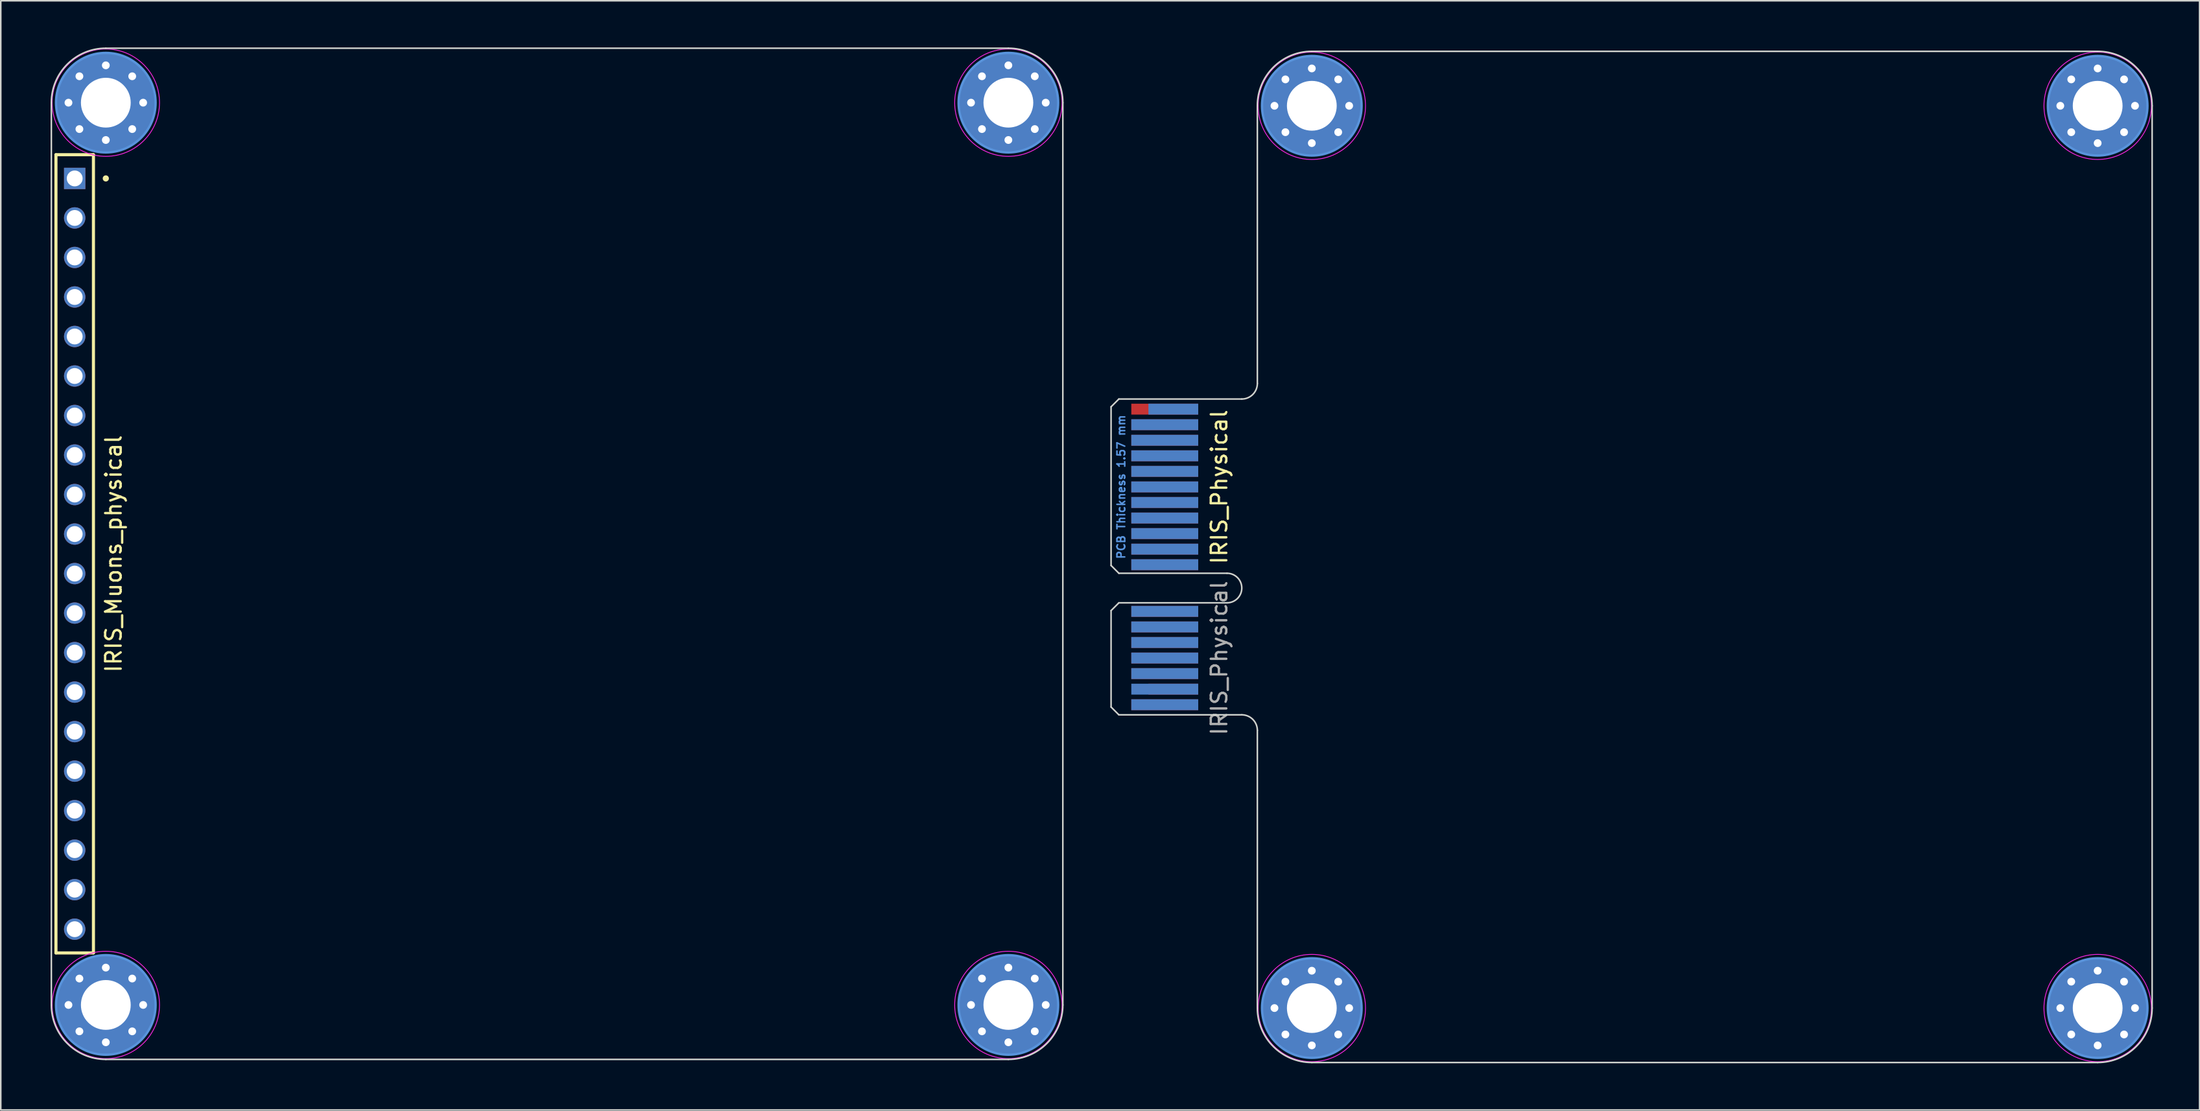
<source format=kicad_pcb>
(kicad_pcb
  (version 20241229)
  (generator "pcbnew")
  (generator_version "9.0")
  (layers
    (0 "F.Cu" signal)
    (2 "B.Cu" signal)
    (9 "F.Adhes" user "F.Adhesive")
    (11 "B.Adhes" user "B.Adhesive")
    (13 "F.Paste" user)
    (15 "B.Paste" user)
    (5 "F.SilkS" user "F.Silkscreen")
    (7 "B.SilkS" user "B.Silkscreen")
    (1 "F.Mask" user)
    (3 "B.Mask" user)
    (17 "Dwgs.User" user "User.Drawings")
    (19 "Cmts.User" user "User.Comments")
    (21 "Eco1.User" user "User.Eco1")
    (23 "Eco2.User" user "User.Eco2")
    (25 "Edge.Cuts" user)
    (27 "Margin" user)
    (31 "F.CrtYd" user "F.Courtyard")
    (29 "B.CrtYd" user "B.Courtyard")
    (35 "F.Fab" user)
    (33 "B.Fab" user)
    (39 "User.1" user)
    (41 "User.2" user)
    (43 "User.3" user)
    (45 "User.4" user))
  (footprint "IRIS_Muons_physical"
    (layer "F.Cu")
    (at 0.25 32.55)
    (property "Reference" "IRIS_Muons_physical" (at 4 0 90) (layer "F.SilkS") (effects (font (size 1 1) (thickness 0.15))))
    (attr exclude_from_pos_files exclude_from_bom)
    (fp_line (start 0.295 -25.655) (end 2.705 -25.655) (stroke (width 0.2) (type solid)) (layer "F.SilkS"))
    (fp_line (start 0.295 25.655) (end 0.295 -25.655) (stroke (width 0.2) (type solid)) (layer "F.SilkS"))
    (fp_line (start 2.705 25.655) (end 0.295 25.655) (stroke (width 0.2) (type solid)) (layer "F.SilkS"))
    (fp_line (start 2.705 25.655) (end 2.705 -25.655) (stroke (width 0.2) (type solid)) (layer "F.SilkS"))
    (fp_circle (center 3.5 -24.13) (end 3.5 -24.03) (stroke (width 0.2) (type solid)) (fill no) (layer "F.SilkS"))
    (fp_circle (center 3.5 -29) (end 6.7 -29) (stroke (width 0.15) (type solid)) (fill no) (layer "Cmts.User"))
    (fp_circle (center 3.5 29) (end 6.7 29) (stroke (width 0.15) (type solid)) (fill no) (layer "Cmts.User"))
    (fp_circle (center 61.5 -29) (end 64.7 -29) (stroke (width 0.15) (type solid)) (fill no) (layer "Cmts.User"))
    (fp_circle (center 61.5 29) (end 64.7 29) (stroke (width 0.15) (type solid)) (fill no) (layer "Cmts.User"))
    (fp_line (start 0 -29) (end 0 29) (stroke (width 0.1) (type solid)) (layer "Edge.Cuts"))
    (fp_line (start 3.5 -32.5) (end 61.5 -32.5) (stroke (width 0.1) (type solid)) (layer "Edge.Cuts"))
    (fp_line (start 61.5 32.5) (end 3.5 32.5) (stroke (width 0.1) (type solid)) (layer "Edge.Cuts"))
    (fp_line (start 65 -29) (end 65 29) (stroke (width 0.1) (type solid)) (layer "Edge.Cuts"))
    (fp_arc (start 0 -29) (mid 1.025126 -31.474874) (end 3.5 -32.5) (stroke (width 0.1) (type solid)) (layer "Edge.Cuts"))
    (fp_arc (start 3.5 32.5) (mid 1.025126 31.474874) (end 0 29) (stroke (width 0.1) (type solid)) (layer "Edge.Cuts"))
    (fp_arc (start 61.5 -32.5) (mid 63.974874 -31.474874) (end 65 -29) (stroke (width 0.1) (type solid)) (layer "Edge.Cuts"))
    (fp_arc (start 65 29) (mid 63.974874 31.474874) (end 61.5 32.5) (stroke (width 0.1) (type solid)) (layer "Edge.Cuts"))
    (fp_circle (center 3.5 -29) (end 6.95 -29) (stroke (width 0.05) (type solid)) (fill no) (layer "F.CrtYd"))
    (fp_circle (center 3.5 29) (end 6.95 29) (stroke (width 0.05) (type solid)) (fill no) (layer "F.CrtYd"))
    (fp_circle (center 61.5 -29) (end 64.95 -29) (stroke (width 0.05) (type solid)) (fill no) (layer "F.CrtYd"))
    (fp_circle (center 61.5 29) (end 64.95 29) (stroke (width 0.05) (type solid)) (fill no) (layer "F.CrtYd"))
    (pad "1" thru_hole rect (at 1.5 -24.13 270) (size 1.37 1.37) (drill 1.02) (layers "*.Cu" "*.Mask"))
    (pad "2" thru_hole circle (at 1.5 -21.59 270) (size 1.37 1.37) (drill 1.02) (layers "*.Cu" "*.Mask"))
    (pad "3" thru_hole circle (at 1.5 -19.05 270) (size 1.37 1.37) (drill 1.02) (layers "*.Cu" "*.Mask"))
    (pad "4" thru_hole circle (at 1.5 -16.51 270) (size 1.37 1.37) (drill 1.02) (layers "*.Cu" "*.Mask"))
    (pad "5" thru_hole circle (at 1.5 -13.97 270) (size 1.37 1.37) (drill 1.02) (layers "*.Cu" "*.Mask"))
    (pad "6" thru_hole circle (at 1.5 -11.43 270) (size 1.37 1.37) (drill 1.02) (layers "*.Cu" "*.Mask"))
    (pad "7" thru_hole circle (at 1.5 -8.89 270) (size 1.37 1.37) (drill 1.02) (layers "*.Cu" "*.Mask"))
    (pad "8" thru_hole circle (at 1.5 -6.35 270) (size 1.37 1.37) (drill 1.02) (layers "*.Cu" "*.Mask"))
    (pad "9" thru_hole circle (at 1.5 -3.81 270) (size 1.37 1.37) (drill 1.02) (layers "*.Cu" "*.Mask"))
    (pad "10" thru_hole circle (at 1.5 -1.27 270) (size 1.37 1.37) (drill 1.02) (layers "*.Cu" "*.Mask"))
    (pad "11" thru_hole circle (at 1.5 1.27 270) (size 1.37 1.37) (drill 1.02) (layers "*.Cu" "*.Mask"))
    (pad "12" thru_hole circle (at 1.5 3.81 270) (size 1.37 1.37) (drill 1.02) (layers "*.Cu" "*.Mask"))
    (pad "13" thru_hole circle (at 1.5 6.35 270) (size 1.37 1.37) (drill 1.02) (layers "*.Cu" "*.Mask"))
    (pad "14" thru_hole circle (at 1.5 8.89 270) (size 1.37 1.37) (drill 1.02) (layers "*.Cu" "*.Mask"))
    (pad "15" thru_hole circle (at 1.5 11.43 270) (size 1.37 1.37) (drill 1.02) (layers "*.Cu" "*.Mask"))
    (pad "16" thru_hole circle (at 1.5 13.97 270) (size 1.37 1.37) (drill 1.02) (layers "*.Cu" "*.Mask"))
    (pad "17" thru_hole circle (at 1.5 16.51 270) (size 1.37 1.37) (drill 1.02) (layers "*.Cu" "*.Mask"))
    (pad "18" thru_hole circle (at 1.5 19.05 270) (size 1.37 1.37) (drill 1.02) (layers "*.Cu" "*.Mask"))
    (pad "19" thru_hole circle (at 1.5 21.59 270) (size 1.37 1.37) (drill 1.02) (layers "*.Cu" "*.Mask"))
    (pad "20" thru_hole circle (at 1.5 24.13 270) (size 1.37 1.37) (drill 1.02) (layers "*.Cu" "*.Mask"))
    (pad "MP" thru_hole circle (at 1.1 -29) (size 0.8 0.8) (drill 0.5) (layers "*.Cu" "*.Mask"))
    (pad "MP" thru_hole circle (at 1.1 29) (size 0.8 0.8) (drill 0.5) (layers "*.Cu" "*.Mask"))
    (pad "MP" thru_hole circle (at 1.803 -30.697) (size 0.8 0.8) (drill 0.5) (layers "*.Cu" "*.Mask"))
    (pad "MP" thru_hole circle (at 1.803 -27.303) (size 0.8 0.8) (drill 0.5) (layers "*.Cu" "*.Mask"))
    (pad "MP" thru_hole circle (at 1.803 27.303) (size 0.8 0.8) (drill 0.5) (layers "*.Cu" "*.Mask"))
    (pad "MP" thru_hole circle (at 1.803 30.697) (size 0.8 0.8) (drill 0.5) (layers "*.Cu" "*.Mask"))
    (pad "MP" thru_hole circle (at 3.5 -31.4) (size 0.8 0.8) (drill 0.5) (layers "*.Cu" "*.Mask"))
    (pad "MP" thru_hole circle (at 3.5 -29) (size 6.4 6.4) (drill 3.2) (layers "*.Cu" "*.Mask"))
    (pad "MP" thru_hole circle (at 3.5 -26.6) (size 0.8 0.8) (drill 0.5) (layers "*.Cu" "*.Mask"))
    (pad "MP" thru_hole circle (at 3.5 26.6) (size 0.8 0.8) (drill 0.5) (layers "*.Cu" "*.Mask"))
    (pad "MP" thru_hole circle (at 3.5 29) (size 6.4 6.4) (drill 3.2) (layers "*.Cu" "*.Mask"))
    (pad "MP" thru_hole circle (at 3.5 31.4) (size 0.8 0.8) (drill 0.5) (layers "*.Cu" "*.Mask"))
    (pad "MP" thru_hole circle (at 5.197 -30.697) (size 0.8 0.8) (drill 0.5) (layers "*.Cu" "*.Mask"))
    (pad "MP" thru_hole circle (at 5.197 -27.303) (size 0.8 0.8) (drill 0.5) (layers "*.Cu" "*.Mask"))
    (pad "MP" thru_hole circle (at 5.197 27.303) (size 0.8 0.8) (drill 0.5) (layers "*.Cu" "*.Mask"))
    (pad "MP" thru_hole circle (at 5.197 30.697) (size 0.8 0.8) (drill 0.5) (layers "*.Cu" "*.Mask"))
    (pad "MP" thru_hole circle (at 5.9 -29) (size 0.8 0.8) (drill 0.5) (layers "*.Cu" "*.Mask"))
    (pad "MP" thru_hole circle (at 5.9 29) (size 0.8 0.8) (drill 0.5) (layers "*.Cu" "*.Mask"))
    (pad "MP" thru_hole circle (at 59.1 -29) (size 0.8 0.8) (drill 0.5) (layers "*.Cu" "*.Mask"))
    (pad "MP" thru_hole circle (at 59.1 29) (size 0.8 0.8) (drill 0.5) (layers "*.Cu" "*.Mask"))
    (pad "MP" thru_hole circle (at 59.803 -30.697) (size 0.8 0.8) (drill 0.5) (layers "*.Cu" "*.Mask"))
    (pad "MP" thru_hole circle (at 59.803 -27.303) (size 0.8 0.8) (drill 0.5) (layers "*.Cu" "*.Mask"))
    (pad "MP" thru_hole circle (at 59.803 27.303) (size 0.8 0.8) (drill 0.5) (layers "*.Cu" "*.Mask"))
    (pad "MP" thru_hole circle (at 59.803 30.697) (size 0.8 0.8) (drill 0.5) (layers "*.Cu" "*.Mask"))
    (pad "MP" thru_hole circle (at 61.5 -31.4) (size 0.8 0.8) (drill 0.5) (layers "*.Cu" "*.Mask"))
    (pad "MP" thru_hole circle (at 61.5 -29) (size 6.4 6.4) (drill 3.2) (layers "*.Cu" "*.Mask"))
    (pad "MP" thru_hole circle (at 61.5 -26.6) (size 0.8 0.8) (drill 0.5) (layers "*.Cu" "*.Mask"))
    (pad "MP" thru_hole circle (at 61.5 26.6) (size 0.8 0.8) (drill 0.5) (layers "*.Cu" "*.Mask"))
    (pad "MP" thru_hole circle (at 61.5 29) (size 6.4 6.4) (drill 3.2) (layers "*.Cu" "*.Mask"))
    (pad "MP" thru_hole circle (at 61.5 31.4) (size 0.8 0.8) (drill 0.5) (layers "*.Cu" "*.Mask"))
    (pad "MP" thru_hole circle (at 63.197 -30.697) (size 0.8 0.8) (drill 0.5) (layers "*.Cu" "*.Mask"))
    (pad "MP" thru_hole circle (at 63.197 -27.303) (size 0.8 0.8) (drill 0.5) (layers "*.Cu" "*.Mask"))
    (pad "MP" thru_hole circle (at 63.197 27.303) (size 0.8 0.8) (drill 0.5) (layers "*.Cu" "*.Mask"))
    (pad "MP" thru_hole circle (at 63.197 30.697) (size 0.8 0.8) (drill 0.5) (layers "*.Cu" "*.Mask"))
    (pad "MP" thru_hole circle (at 63.9 -29) (size 0.8 0.8) (drill 0.5) (layers "*.Cu" "*.Mask"))
    (pad "MP" thru_hole circle (at 63.9 29) (size 0.8 0.8) (drill 0.5) (layers "*.Cu" "*.Mask")))
  (footprint "IRIS_Physical"
    (layer "F.Cu")
    (at 77.75 0.25)
    (property "Reference" "IRIS_Physical" (at -2.45 28 270) (layer "F.SilkS") (effects (font (size 1 1) (thickness 0.15))))
    (attr exclude_from_pos_files exclude_from_bom)
    (fp_circle (center 3.5 3.5) (end 6.7 3.5) (stroke (width 0.15) (type solid)) (fill no) (layer "Cmts.User"))
    (fp_circle (center 3.5 61.5) (end 6.7 61.5) (stroke (width 0.15) (type solid)) (fill no) (layer "Cmts.User"))
    (fp_circle (center 54 3.5) (end 57.2 3.5) (stroke (width 0.15) (type solid)) (fill no) (layer "Cmts.User"))
    (fp_circle (center 54 61.5) (end 57.2 61.5) (stroke (width 0.15) (type solid)) (fill no) (layer "Cmts.User"))
    (fp_line (start -9.4 22.85) (end -9.4 33.05) (stroke (width 0.1) (type solid)) (layer "Edge.Cuts"))
    (fp_line (start -9.4 35.95) (end -9.4 42.15) (stroke (width 0.1) (type solid)) (layer "Edge.Cuts"))
    (fp_line (start -8.9 22.35) (end -9.4 22.85) (stroke (width 0.1) (type solid)) (layer "Edge.Cuts"))
    (fp_line (start -8.9 33.55) (end -9.4 33.05) (stroke (width 0.1) (type solid)) (layer "Edge.Cuts"))
    (fp_line (start -8.9 35.45) (end -9.4 35.95) (stroke (width 0.1) (type solid)) (layer "Edge.Cuts"))
    (fp_line (start -8.9 42.65) (end -9.4 42.15) (stroke (width 0.1) (type solid)) (layer "Edge.Cuts"))
    (fp_line (start -1.95 33.55) (end -8.9 33.55) (stroke (width 0.1) (type solid)) (layer "Edge.Cuts"))
    (fp_line (start -1.95 35.45) (end -8.9 35.45) (stroke (width 0.1) (type solid)) (layer "Edge.Cuts"))
    (fp_line (start -1 22.35) (end -8.9 22.35) (stroke (width 0.1) (type solid)) (layer "Edge.Cuts"))
    (fp_line (start -1 42.65) (end -8.9 42.65) (stroke (width 0.1) (type solid)) (layer "Edge.Cuts"))
    (fp_line (start 0 3.5) (end 0 21.35) (stroke (width 0.1) (type solid)) (layer "Edge.Cuts"))
    (fp_line (start 0 61.5) (end 0 43.65) (stroke (width 0.1) (type solid)) (layer "Edge.Cuts"))
    (fp_line (start 3.5 0) (end 54 0) (stroke (width 0.1) (type solid)) (layer "Edge.Cuts"))
    (fp_line (start 54 65) (end 3.5 65) (stroke (width 0.1) (type solid)) (layer "Edge.Cuts"))
    (fp_line (start 57.5 3.5) (end 57.5 61.5) (stroke (width 0.1) (type solid)) (layer "Edge.Cuts"))
    (fp_arc (start -1.95 33.55) (mid -1 34.5) (end -1.95 35.45) (stroke (width 0.1) (type solid)) (layer "Edge.Cuts"))
    (fp_arc (start -1 42.65) (mid -0.292893 42.942893) (end 0 43.65) (stroke (width 0.1) (type solid)) (layer "Edge.Cuts"))
    (fp_arc (start 0 3.5) (mid 1.025126 1.025126) (end 3.5 0) (stroke (width 0.1) (type solid)) (layer "Edge.Cuts"))
    (fp_arc (start 0 21.35) (mid -0.292893 22.057107) (end -1 22.35) (stroke (width 0.1) (type solid)) (layer "Edge.Cuts"))
    (fp_arc (start 3.5 65) (mid 1.025126 63.974874) (end 0 61.5) (stroke (width 0.1) (type solid)) (layer "Edge.Cuts"))
    (fp_arc (start 54 0) (mid 56.474874 1.025126) (end 57.5 3.5) (stroke (width 0.1) (type solid)) (layer "Edge.Cuts"))
    (fp_arc (start 57.5 61.5) (mid 56.474874 63.974874) (end 54 65) (stroke (width 0.1) (type solid)) (layer "Edge.Cuts"))
    (fp_circle (center 3.5 3.5) (end 6.95 3.5) (stroke (width 0.05) (type solid)) (fill no) (layer "F.CrtYd"))
    (fp_circle (center 3.5 61.5) (end 6.95 61.5) (stroke (width 0.05) (type solid)) (fill no) (layer "F.CrtYd"))
    (fp_circle (center 54 3.5) (end 57.45 3.5) (stroke (width 0.05) (type solid)) (fill no) (layer "F.CrtYd"))
    (fp_circle (center 54 61.5) (end 57.45 61.5) (stroke (width 0.05) (type solid)) (fill no) (layer "F.CrtYd"))
    (fp_text user "PCB Thickness 1.57 mm" (at -8.75 28 90) (layer "Cmts.User") (effects (font (size 0.5 0.5) (thickness 0.1))))
    (fp_text user "${REFERENCE}" (at -2.45 39 270) (layer "F.Fab") (effects (font (size 1 1) (thickness 0.15))))
    (pad "A1" connect rect (at -5.4 23 270) (size 0.7 3.2) (layers "B.Cu" "B.Mask"))
    (pad "A2" connect rect (at -5.95 24 270) (size 0.7 4.3) (layers "B.Cu" "B.Mask"))
    (pad "A3" connect rect (at -5.95 25 270) (size 0.7 4.3) (layers "B.Cu" "B.Mask"))
    (pad "A4" connect rect (at -5.95 26 270) (size 0.7 4.3) (layers "B.Cu" "B.Mask"))
    (pad "A5" connect rect (at -5.95 27 270) (size 0.7 4.3) (layers "B.Cu" "B.Mask"))
    (pad "A6" connect rect (at -5.95 28 270) (size 0.7 4.3) (layers "B.Cu" "B.Mask"))
    (pad "A7" connect rect (at -5.95 29 270) (size 0.7 4.3) (layers "B.Cu" "B.Mask"))
    (pad "A8" connect rect (at -5.95 30 270) (size 0.7 4.3) (layers "B.Cu" "B.Mask"))
    (pad "A9" connect rect (at -5.95 31 270) (size 0.7 4.3) (layers "B.Cu" "B.Mask"))
    (pad "A10" connect rect (at -5.95 32 270) (size 0.7 4.3) (layers "B.Cu" "B.Mask"))
    (pad "A11" connect rect (at -5.95 33 270) (size 0.7 4.3) (layers "B.Cu" "B.Mask"))
    (pad "A12" connect rect (at -5.95 36 270) (size 0.7 4.3) (layers "B.Cu" "B.Mask"))
    (pad "A13" connect rect (at -5.95 37 270) (size 0.7 4.3) (layers "B.Cu" "B.Mask"))
    (pad "A14" connect rect (at -5.95 38 270) (size 0.7 4.3) (layers "B.Cu" "B.Mask"))
    (pad "A15" connect rect (at -5.95 39 270) (size 0.7 4.3) (layers "B.Cu" "B.Mask"))
    (pad "A16" connect rect (at -5.95 40 270) (size 0.7 4.3) (layers "B.Cu" "B.Mask"))
    (pad "A17" connect rect (at -5.95 41 270) (size 0.7 4.3) (layers "B.Cu" "B.Mask"))
    (pad "A18" connect rect (at -5.95 42 270) (size 0.7 4.3) (layers "B.Cu" "B.Mask"))
    (pad "B1" connect rect (at -5.95 23 270) (size 0.7 4.3) (layers "F.Cu" "F.Mask"))
    (pad "B2" connect rect (at -5.95 24 270) (size 0.7 4.3) (layers "F.Cu" "F.Mask"))
    (pad "B3" connect rect (at -5.95 25 270) (size 0.7 4.3) (layers "F.Cu" "F.Mask"))
    (pad "B4" connect rect (at -5.95 26 270) (size 0.7 4.3) (layers "F.Cu" "F.Mask"))
    (pad "B5" connect rect (at -5.95 27 270) (size 0.7 4.3) (layers "F.Cu" "F.Mask"))
    (pad "B6" connect rect (at -5.95 28 270) (size 0.7 4.3) (layers "F.Cu" "F.Mask"))
    (pad "B7" connect rect (at -5.95 29 270) (size 0.7 4.3) (layers "F.Cu" "F.Mask"))
    (pad "B8" connect rect (at -5.95 30 270) (size 0.7 4.3) (layers "F.Cu" "F.Mask"))
    (pad "B9" connect rect (at -5.95 31 270) (size 0.7 4.3) (layers "F.Cu" "F.Mask"))
    (pad "B10" connect rect (at -5.95 32 270) (size 0.7 4.3) (layers "F.Cu" "F.Mask"))
    (pad "B11" connect rect (at -5.95 33 270) (size 0.7 4.3) (layers "F.Cu" "F.Mask"))
    (pad "B12" connect rect (at -5.95 36 270) (size 0.7 4.3) (layers "F.Cu" "F.Mask"))
    (pad "B13" connect rect (at -5.95 37 270) (size 0.7 4.3) (layers "F.Cu" "F.Mask"))
    (pad "B14" connect rect (at -5.95 38 270) (size 0.7 4.3) (layers "F.Cu" "F.Mask"))
    (pad "B15" connect rect (at -5.95 39 270) (size 0.7 4.3) (layers "F.Cu" "F.Mask"))
    (pad "B16" connect rect (at -5.95 40 270) (size 0.7 4.3) (layers "F.Cu" "F.Mask"))
    (pad "B17" connect rect (at -5.4 41 270) (size 0.7 3.2) (layers "F.Cu" "F.Mask"))
    (pad "B18" connect rect (at -5.95 42 270) (size 0.7 4.3) (layers "F.Cu" "F.Mask"))
    (pad "MNT" thru_hole circle (at 1.1 3.5) (size 0.8 0.8) (drill 0.5) (layers "*.Cu" "*.Mask"))
    (pad "MNT" thru_hole circle (at 1.1 61.5) (size 0.8 0.8) (drill 0.5) (layers "*.Cu" "*.Mask"))
    (pad "MNT" thru_hole circle (at 1.803 1.803) (size 0.8 0.8) (drill 0.5) (layers "*.Cu" "*.Mask"))
    (pad "MNT" thru_hole circle (at 1.803 5.197) (size 0.8 0.8) (drill 0.5) (layers "*.Cu" "*.Mask"))
    (pad "MNT" thru_hole circle (at 1.803 59.803) (size 0.8 0.8) (drill 0.5) (layers "*.Cu" "*.Mask"))
    (pad "MNT" thru_hole circle (at 1.803 63.197) (size 0.8 0.8) (drill 0.5) (layers "*.Cu" "*.Mask"))
    (pad "MNT" thru_hole circle (at 3.5 1.1) (size 0.8 0.8) (drill 0.5) (layers "*.Cu" "*.Mask"))
    (pad "MNT" thru_hole circle (at 3.5 3.5) (size 6.4 6.4) (drill 3.2) (layers "*.Cu" "*.Mask"))
    (pad "MNT" thru_hole circle (at 3.5 5.9) (size 0.8 0.8) (drill 0.5) (layers "*.Cu" "*.Mask"))
    (pad "MNT" thru_hole circle (at 3.5 59.1) (size 0.8 0.8) (drill 0.5) (layers "*.Cu" "*.Mask"))
    (pad "MNT" thru_hole circle (at 3.5 61.5) (size 6.4 6.4) (drill 3.2) (layers "*.Cu" "*.Mask"))
    (pad "MNT" thru_hole circle (at 3.5 63.9) (size 0.8 0.8) (drill 0.5) (layers "*.Cu" "*.Mask"))
    (pad "MNT" thru_hole circle (at 5.197 1.803) (size 0.8 0.8) (drill 0.5) (layers "*.Cu" "*.Mask"))
    (pad "MNT" thru_hole circle (at 5.197 5.197) (size 0.8 0.8) (drill 0.5) (layers "*.Cu" "*.Mask"))
    (pad "MNT" thru_hole circle (at 5.197 59.803) (size 0.8 0.8) (drill 0.5) (layers "*.Cu" "*.Mask"))
    (pad "MNT" thru_hole circle (at 5.197 63.197) (size 0.8 0.8) (drill 0.5) (layers "*.Cu" "*.Mask"))
    (pad "MNT" thru_hole circle (at 5.9 3.5) (size 0.8 0.8) (drill 0.5) (layers "*.Cu" "*.Mask"))
    (pad "MNT" thru_hole circle (at 5.9 61.5) (size 0.8 0.8) (drill 0.5) (layers "*.Cu" "*.Mask"))
    (pad "MNT" thru_hole circle (at 51.6 3.5) (size 0.8 0.8) (drill 0.5) (layers "*.Cu" "*.Mask"))
    (pad "MNT" thru_hole circle (at 51.6 61.5) (size 0.8 0.8) (drill 0.5) (layers "*.Cu" "*.Mask"))
    (pad "MNT" thru_hole circle (at 52.303 1.803) (size 0.8 0.8) (drill 0.5) (layers "*.Cu" "*.Mask"))
    (pad "MNT" thru_hole circle (at 52.303 5.197) (size 0.8 0.8) (drill 0.5) (layers "*.Cu" "*.Mask"))
    (pad "MNT" thru_hole circle (at 52.303 59.803) (size 0.8 0.8) (drill 0.5) (layers "*.Cu" "*.Mask"))
    (pad "MNT" thru_hole circle (at 52.303 63.197) (size 0.8 0.8) (drill 0.5) (layers "*.Cu" "*.Mask"))
    (pad "MNT" thru_hole circle (at 54 1.1) (size 0.8 0.8) (drill 0.5) (layers "*.Cu" "*.Mask"))
    (pad "MNT" thru_hole circle (at 54 3.5) (size 6.4 6.4) (drill 3.2) (layers "*.Cu" "*.Mask"))
    (pad "MNT" thru_hole circle (at 54 5.9) (size 0.8 0.8) (drill 0.5) (layers "*.Cu" "*.Mask"))
    (pad "MNT" thru_hole circle (at 54 59.1) (size 0.8 0.8) (drill 0.5) (layers "*.Cu" "*.Mask"))
    (pad "MNT" thru_hole circle (at 54 61.5) (size 6.4 6.4) (drill 3.2) (layers "*.Cu" "*.Mask"))
    (pad "MNT" thru_hole circle (at 54 63.9) (size 0.8 0.8) (drill 0.5) (layers "*.Cu" "*.Mask"))
    (pad "MNT" thru_hole circle (at 55.697 1.803) (size 0.8 0.8) (drill 0.5) (layers "*.Cu" "*.Mask"))
    (pad "MNT" thru_hole circle (at 55.697 5.197) (size 0.8 0.8) (drill 0.5) (layers "*.Cu" "*.Mask"))
    (pad "MNT" thru_hole circle (at 55.697 59.803) (size 0.8 0.8) (drill 0.5) (layers "*.Cu" "*.Mask"))
    (pad "MNT" thru_hole circle (at 55.697 63.197) (size 0.8 0.8) (drill 0.5) (layers "*.Cu" "*.Mask"))
    (pad "MNT" thru_hole circle (at 56.4 3.5) (size 0.8 0.8) (drill 0.5) (layers "*.Cu" "*.Mask"))
    (pad "MNT" thru_hole circle (at 56.4 61.5) (size 0.8 0.8) (drill 0.5) (layers "*.Cu" "*.Mask")))
  (gr_rect
    (start -3 -3)
    (end 138.3 68.3)
    (stroke (width 0.1) (type default))
    (fill no)
    (layer "Edge.Cuts")))
</source>
